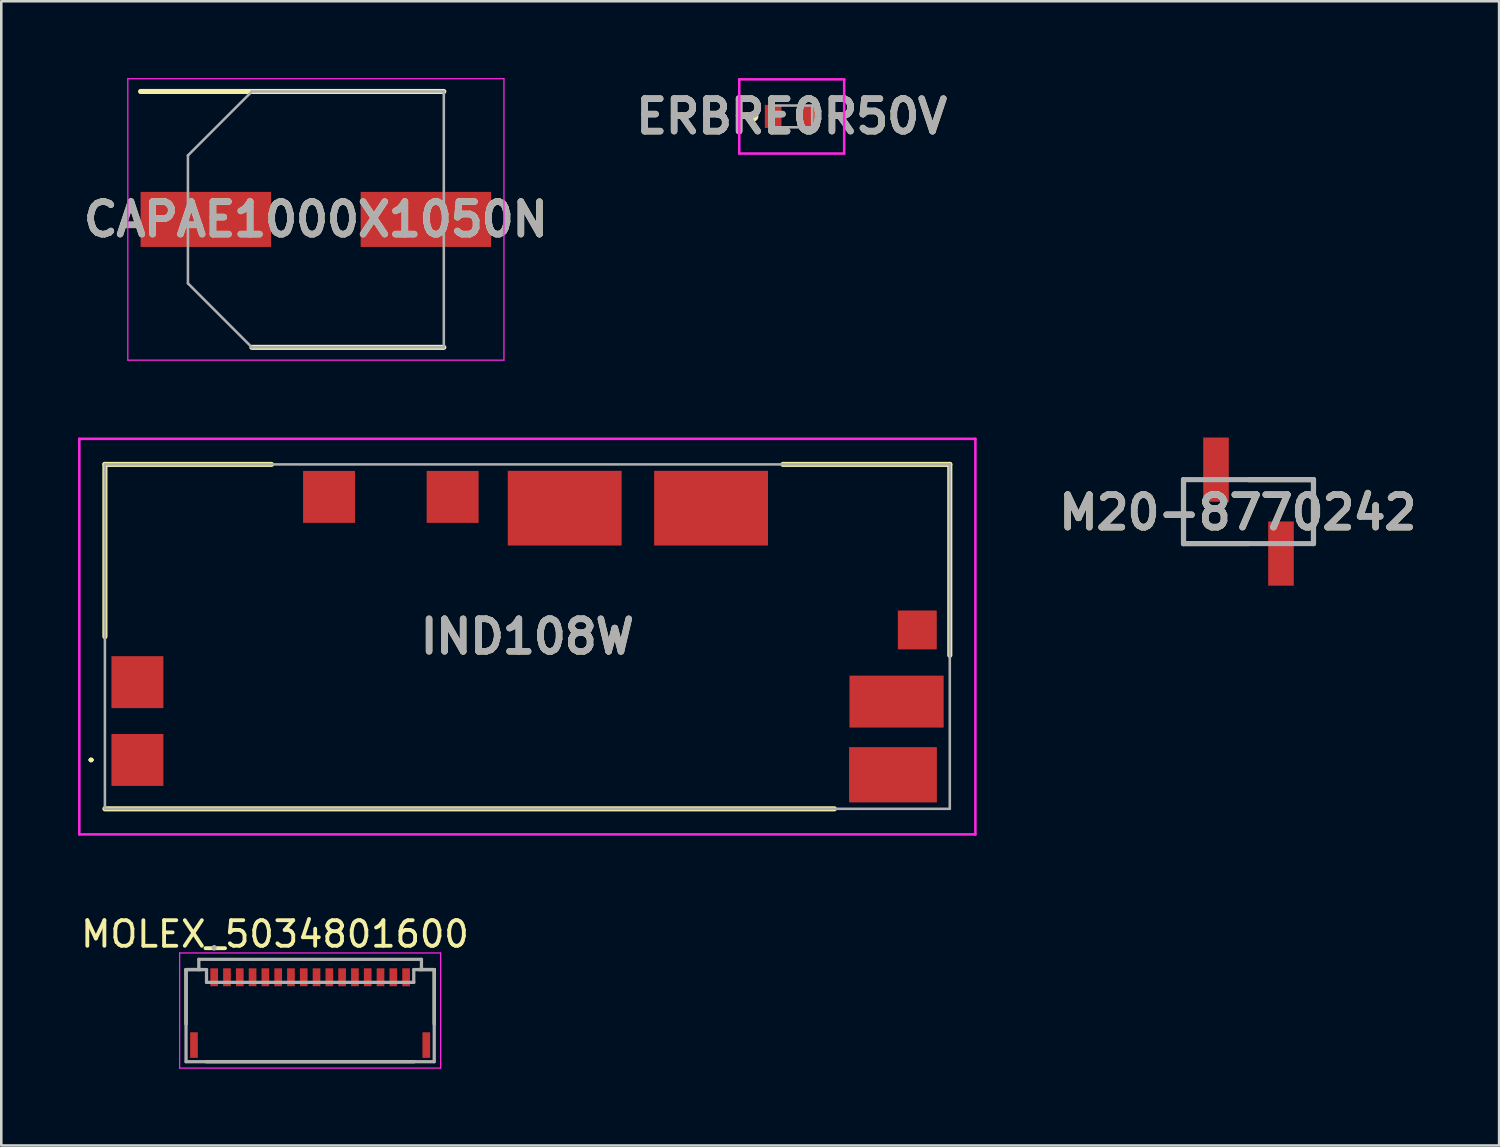
<source format=kicad_pcb>
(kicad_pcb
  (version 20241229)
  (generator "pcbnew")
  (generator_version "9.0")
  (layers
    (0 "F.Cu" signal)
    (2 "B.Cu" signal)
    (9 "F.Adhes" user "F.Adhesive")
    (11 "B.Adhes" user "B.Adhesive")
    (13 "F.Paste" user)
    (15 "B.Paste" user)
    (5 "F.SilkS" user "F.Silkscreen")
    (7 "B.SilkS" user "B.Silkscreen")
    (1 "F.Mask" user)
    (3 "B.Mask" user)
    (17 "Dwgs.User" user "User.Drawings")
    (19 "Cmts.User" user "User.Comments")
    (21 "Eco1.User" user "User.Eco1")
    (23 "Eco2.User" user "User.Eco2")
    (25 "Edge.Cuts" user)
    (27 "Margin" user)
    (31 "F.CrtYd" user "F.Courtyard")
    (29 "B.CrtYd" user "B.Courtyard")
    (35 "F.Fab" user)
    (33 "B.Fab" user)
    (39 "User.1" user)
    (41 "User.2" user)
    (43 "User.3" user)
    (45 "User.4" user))
  (footprint "M20-8770242"
    (layer "F.Cu")
    (at 45.744 16.945)
    (property "Reference" "M20-8770242" (at -0.415 0.032 0) (layer "F.SilkS") (effects (font (size 1.27 1.27) (thickness 0.254))))
    (attr smd)
    (fp_line (start -2.54 -1.25) (end -2.54 1.25) (stroke (width 0.2) (type solid)) (layer "F.SilkS"))
    (fp_line (start -2.54 1.25) (end 0 1.25) (stroke (width 0.2) (type solid)) (layer "F.SilkS"))
    (fp_line (start 2.54 -1.25) (end 0 -1.25) (stroke (width 0.2) (type solid)) (layer "F.SilkS"))
    (fp_line (start 2.54 1.25) (end 2.54 -1.25) (stroke (width 0.2) (type solid)) (layer "F.SilkS"))
    (fp_line (start -2.54 -1.25) (end 2.54 -1.25) (stroke (width 0.2) (type solid)) (layer "F.Fab"))
    (fp_line (start -2.54 1.25) (end -2.54 -1.25) (stroke (width 0.2) (type solid)) (layer "F.Fab"))
    (fp_line (start 2.54 -1.25) (end 2.54 1.25) (stroke (width 0.2) (type solid)) (layer "F.Fab"))
    (fp_line (start 2.54 1.25) (end -2.54 1.25) (stroke (width 0.2) (type solid)) (layer "F.Fab"))
    (fp_text user "${REFERENCE}" (at -0.415 0.032 0) (layer "F.Fab") (effects (font (size 1.27 1.27) (thickness 0.254))))
    (pad "1" smd rect (at -1.27 -1.64) (size 1 2.51) (layers "F.Cu" "F.Mask" "F.Paste"))
    (pad "2" smd rect (at 1.27 1.64) (size 1 2.51) (layers "F.Cu" "F.Mask" "F.Paste")))
  (footprint "MOLEX_5034801600"
    (layer "F.Cu")
    (at 9.071 36.543)
    (property "Reference" "MOLEX_5034801600" (at -1.375 -3.085 0) (layer "F.SilkS") (effects (font (size 1 1) (thickness 0.15))))
    (attr smd)
    (fp_line (start -4.85 -1.7) (end -4.85 0.43) (stroke (width 0.127) (type solid)) (layer "F.SilkS"))
    (fp_line (start -4.22 -1.7) (end -4.85 -1.7) (stroke (width 0.127) (type solid)) (layer "F.SilkS"))
    (fp_line (start -4.07 1.9) (end 4.07 1.9) (stroke (width 0.127) (type solid)) (layer "F.SilkS"))
    (fp_line (start 4.22 -1.7) (end 4.85 -1.7) (stroke (width 0.127) (type solid)) (layer "F.SilkS"))
    (fp_line (start 4.85 -1.7) (end 4.85 0.43) (stroke (width 0.127) (type solid)) (layer "F.SilkS"))
    (fp_circle (center -3.75 -2.55) (end -3.7 -2.55) (stroke (width 0.1) (type solid)) (fill no) (layer "F.SilkS"))
    (fp_line (start -5.1 -2.35) (end 5.1 -2.35) (stroke (width 0.05) (type solid)) (layer "F.CrtYd"))
    (fp_line (start -5.1 2.15) (end -5.1 -2.35) (stroke (width 0.05) (type solid)) (layer "F.CrtYd"))
    (fp_line (start 5.1 -2.35) (end 5.1 2.15) (stroke (width 0.05) (type solid)) (layer "F.CrtYd"))
    (fp_line (start 5.1 2.15) (end -5.1 2.15) (stroke (width 0.05) (type solid)) (layer "F.CrtYd"))
    (fp_line (start -4.85 -1.7) (end -4.35 -1.7) (stroke (width 0.127) (type solid)) (layer "F.Fab"))
    (fp_line (start -4.85 1.9) (end -4.85 -1.7) (stroke (width 0.127) (type solid)) (layer "F.Fab"))
    (fp_line (start -4.35 -2.1) (end -4.35 -1.7) (stroke (width 0.127) (type solid)) (layer "F.Fab"))
    (fp_line (start -4.35 -2.1) (end 4.35 -2.1) (stroke (width 0.127) (type solid)) (layer "F.Fab"))
    (fp_line (start -4.35 -1.7) (end -4.05 -1.7) (stroke (width 0.127) (type solid)) (layer "F.Fab"))
    (fp_line (start -4.05 -1.7) (end -4.05 -1.2) (stroke (width 0.127) (type solid)) (layer "F.Fab"))
    (fp_line (start -4.05 -1.2) (end 4.05 -1.2) (stroke (width 0.127) (type solid)) (layer "F.Fab"))
    (fp_line (start 4.05 -1.7) (end 4.35 -1.7) (stroke (width 0.127) (type solid)) (layer "F.Fab"))
    (fp_line (start 4.05 -1.2) (end 4.05 -1.7) (stroke (width 0.127) (type solid)) (layer "F.Fab"))
    (fp_line (start 4.35 -2.1) (end 4.35 -1.7) (stroke (width 0.127) (type solid)) (layer "F.Fab"))
    (fp_line (start 4.35 -1.7) (end 4.85 -1.7) (stroke (width 0.127) (type solid)) (layer "F.Fab"))
    (fp_line (start 4.85 -1.7) (end 4.85 1.9) (stroke (width 0.127) (type solid)) (layer "F.Fab"))
    (fp_line (start 4.85 1.9) (end -4.85 1.9) (stroke (width 0.127) (type solid)) (layer "F.Fab"))
    (fp_circle (center -3.75 -2.55) (end -3.7 -2.55) (stroke (width 0.1) (type solid)) (fill no) (layer "F.Fab"))
    (pad "1" smd rect (at -3.75 -1.4) (size 0.3 0.7) (layers "F.Cu" "F.Mask" "F.Paste"))
    (pad "2" smd rect (at -3.25 -1.4) (size 0.3 0.7) (layers "F.Cu" "F.Mask" "F.Paste"))
    (pad "3" smd rect (at -2.75 -1.4) (size 0.3 0.7) (layers "F.Cu" "F.Mask" "F.Paste"))
    (pad "4" smd rect (at -2.25 -1.4) (size 0.3 0.7) (layers "F.Cu" "F.Mask" "F.Paste"))
    (pad "5" smd rect (at -1.75 -1.4) (size 0.3 0.7) (layers "F.Cu" "F.Mask" "F.Paste"))
    (pad "6" smd rect (at -1.25 -1.4) (size 0.3 0.7) (layers "F.Cu" "F.Mask" "F.Paste"))
    (pad "7" smd rect (at -0.75 -1.4) (size 0.3 0.7) (layers "F.Cu" "F.Mask" "F.Paste"))
    (pad "8" smd rect (at -0.25 -1.4) (size 0.3 0.7) (layers "F.Cu" "F.Mask" "F.Paste"))
    (pad "9" smd rect (at 0.25 -1.4) (size 0.3 0.7) (layers "F.Cu" "F.Mask" "F.Paste"))
    (pad "10" smd rect (at 0.75 -1.4) (size 0.3 0.7) (layers "F.Cu" "F.Mask" "F.Paste"))
    (pad "11" smd rect (at 1.25 -1.4) (size 0.3 0.7) (layers "F.Cu" "F.Mask" "F.Paste"))
    (pad "12" smd rect (at 1.75 -1.4) (size 0.3 0.7) (layers "F.Cu" "F.Mask" "F.Paste"))
    (pad "13" smd rect (at 2.25 -1.4) (size 0.3 0.7) (layers "F.Cu" "F.Mask" "F.Paste"))
    (pad "14" smd rect (at 2.75 -1.4) (size 0.3 0.7) (layers "F.Cu" "F.Mask" "F.Paste"))
    (pad "15" smd rect (at 3.25 -1.4) (size 0.3 0.7) (layers "F.Cu" "F.Mask" "F.Paste"))
    (pad "16" smd rect (at 3.75 -1.4) (size 0.3 0.7) (layers "F.Cu" "F.Mask" "F.Paste"))
    (pad "S1" smd rect (at -4.54 1.25) (size 0.3 1) (layers "F.Cu" "F.Mask" "F.Paste"))
    (pad "S2" smd rect (at 4.54 1.25) (size 0.3 1) (layers "F.Cu" "F.Mask" "F.Paste")))
  (footprint "ERBRE0R50V"
    (layer "F.Cu")
    (at 27.892 1.5)
    (property "Reference" "ERBRE0R50V" (at 0 0 0) (layer "F.SilkS") (effects (font (size 1.27 1.27) (thickness 0.254))))
    (attr smd)
    (fp_line (start -1.5 -0.1) (end -1.5 -0.1) (stroke (width 0.2) (type solid)) (layer "F.SilkS"))
    (fp_line (start -1.5 0.1) (end -1.5 0.1) (stroke (width 0.2) (type solid)) (layer "F.SilkS"))
    (fp_arc (start -1.5 -0.1) (mid -1.4 0) (end -1.5 0.1) (stroke (width 0.2) (type solid)) (layer "F.SilkS"))
    (fp_arc (start -1.5 0.1) (mid -1.6 0) (end -1.5 -0.1) (stroke (width 0.2) (type solid)) (layer "F.SilkS"))
    (fp_line (start -2.05 -1.45) (end 2.05 -1.45) (stroke (width 0.1) (type solid)) (layer "F.CrtYd"))
    (fp_line (start -2.05 1.45) (end -2.05 -1.45) (stroke (width 0.1) (type solid)) (layer "F.CrtYd"))
    (fp_line (start 2.05 -1.45) (end 2.05 1.45) (stroke (width 0.1) (type solid)) (layer "F.CrtYd"))
    (fp_line (start 2.05 1.45) (end -2.05 1.45) (stroke (width 0.1) (type solid)) (layer "F.CrtYd"))
    (fp_line (start -0.8 -0.425) (end 0.8 -0.425) (stroke (width 0.1) (type solid)) (layer "F.Fab"))
    (fp_line (start -0.8 0.425) (end -0.8 -0.425) (stroke (width 0.1) (type solid)) (layer "F.Fab"))
    (fp_line (start 0.8 -0.425) (end 0.8 0.425) (stroke (width 0.1) (type solid)) (layer "F.Fab"))
    (fp_line (start 0.8 0.425) (end -0.8 0.425) (stroke (width 0.1) (type solid)) (layer "F.Fab"))
    (fp_text user "${REFERENCE}" (at 0 0 0) (layer "F.Fab") (effects (font (size 1.27 1.27) (thickness 0.254))))
    (pad "1" smd rect (at -0.725 0) (size 0.65 0.9) (layers "F.Cu" "F.Mask" "F.Paste"))
    (pad "2" smd rect (at 0.725 0) (size 0.65 0.9) (layers "F.Cu" "F.Mask" "F.Paste")))
  (footprint "CAPAE1000X1050N"
    (layer "F.Cu")
    (at 9.295 5.525)
    (property "Reference" "CAPAE1000X1050N" (at 0 0 0) (layer "F.SilkS") (effects (font (size 1.27 1.27) (thickness 0.254))))
    (attr smd)
    (fp_line (start -6.85 -5) (end 5 -5) (stroke (width 0.2) (type solid)) (layer "F.SilkS"))
    (fp_line (start -2.5 5) (end 5 5) (stroke (width 0.2) (type solid)) (layer "F.SilkS"))
    (fp_line (start -7.35 -5.5) (end 7.35 -5.5) (stroke (width 0.05) (type solid)) (layer "F.CrtYd"))
    (fp_line (start -7.35 5.5) (end -7.35 -5.5) (stroke (width 0.05) (type solid)) (layer "F.CrtYd"))
    (fp_line (start 7.35 -5.5) (end 7.35 5.5) (stroke (width 0.05) (type solid)) (layer "F.CrtYd"))
    (fp_line (start 7.35 5.5) (end -7.35 5.5) (stroke (width 0.05) (type solid)) (layer "F.CrtYd"))
    (fp_line (start -5 -2.5) (end -5 2.5) (stroke (width 0.1) (type solid)) (layer "F.Fab"))
    (fp_line (start -5 2.5) (end -2.5 5) (stroke (width 0.1) (type solid)) (layer "F.Fab"))
    (fp_line (start -2.5 -5) (end -5 -2.5) (stroke (width 0.1) (type solid)) (layer "F.Fab"))
    (fp_line (start -2.5 5) (end 5 5) (stroke (width 0.1) (type solid)) (layer "F.Fab"))
    (fp_line (start 5 -5) (end -2.5 -5) (stroke (width 0.1) (type solid)) (layer "F.Fab"))
    (fp_line (start 5 5) (end 5 -5) (stroke (width 0.1) (type solid)) (layer "F.Fab"))
    (fp_text user "${REFERENCE}" (at 0 0 0) (layer "F.Fab") (effects (font (size 1.27 1.27) (thickness 0.254))))
    (pad "1" smd rect (at -4.3 0 90) (size 2.15 5.1) (layers "F.Cu" "F.Mask" "F.Paste"))
    (pad "2" smd rect (at 4.3 0 90) (size 2.15 5.1) (layers "F.Cu" "F.Mask" "F.Paste")))
  (footprint "IND108W"
    (layer "F.Cu")
    (at 17.56 21.83)
    (property "Reference" "IND108W" (at 0 0 0) (layer "F.SilkS") (effects (font (size 1.27 1.27) (thickness 0.254))))
    (attr smd)
    (fp_line (start -17.1 4.82) (end -17.1 4.82) (stroke (width 0.1) (type solid)) (layer "F.SilkS"))
    (fp_line (start -17 4.82) (end -17 4.82) (stroke (width 0.1) (type solid)) (layer "F.SilkS"))
    (fp_line (start -16.51 -6.73) (end -10 -6.73) (stroke (width 0.2) (type solid)) (layer "F.SilkS"))
    (fp_line (start -16.51 0) (end -16.51 -6.73) (stroke (width 0.2) (type solid)) (layer "F.SilkS"))
    (fp_line (start -16.51 6.73) (end 12 6.73) (stroke (width 0.2) (type solid)) (layer "F.SilkS"))
    (fp_line (start 16.51 -6.73) (end 9.99 -6.73) (stroke (width 0.2) (type solid)) (layer "F.SilkS"))
    (fp_line (start 16.51 0.73) (end 16.51 -6.73) (stroke (width 0.2) (type solid)) (layer "F.SilkS"))
    (fp_arc (start -17.1 4.82) (mid -17.05 4.77) (end -17 4.82) (stroke (width 0.1) (type solid)) (layer "F.SilkS"))
    (fp_arc (start -17 4.82) (mid -17.05 4.87) (end -17.1 4.82) (stroke (width 0.1) (type solid)) (layer "F.SilkS"))
    (fp_line (start -17.51 -7.73) (end 17.51 -7.73) (stroke (width 0.1) (type solid)) (layer "F.CrtYd"))
    (fp_line (start -17.51 7.73) (end -17.51 -7.73) (stroke (width 0.1) (type solid)) (layer "F.CrtYd"))
    (fp_line (start 17.51 -7.73) (end 17.51 7.73) (stroke (width 0.1) (type solid)) (layer "F.CrtYd"))
    (fp_line (start 17.51 7.73) (end -17.51 7.73) (stroke (width 0.1) (type solid)) (layer "F.CrtYd"))
    (fp_line (start -16.51 -6.73) (end 16.51 -6.73) (stroke (width 0.1) (type solid)) (layer "F.Fab"))
    (fp_line (start -16.51 6.73) (end -16.51 -6.73) (stroke (width 0.1) (type solid)) (layer "F.Fab"))
    (fp_line (start 16.51 -6.73) (end 16.51 6.73) (stroke (width 0.1) (type solid)) (layer "F.Fab"))
    (fp_line (start 16.51 6.73) (end -16.51 6.73) (stroke (width 0.1) (type solid)) (layer "F.Fab"))
    (fp_text user "${REFERENCE}" (at 0 0 0) (layer "F.Fab") (effects (font (size 1.27 1.27) (thickness 0.254))))
    (pad "1" smd rect (at -15.24 4.82 90) (size 2.03 2.03) (layers "F.Cu" "F.Mask" "F.Paste"))
    (pad "2" smd rect (at -15.24 1.78 90) (size 2.03 2.03) (layers "F.Cu" "F.Mask" "F.Paste"))
    (pad "3" smd rect (at -7.75 -5.46 90) (size 2.03 2.03) (layers "F.Cu" "F.Mask" "F.Paste"))
    (pad "4" smd rect (at -2.92 -5.46 90) (size 2.03 2.03) (layers "F.Cu" "F.Mask" "F.Paste"))
    (pad "5" smd rect (at 1.46 -5.02 90) (size 2.92 4.45) (layers "F.Cu" "F.Mask" "F.Paste"))
    (pad "6" smd rect (at 7.18 -5.02 90) (size 2.92 4.45) (layers "F.Cu" "F.Mask" "F.Paste"))
    (pad "7" smd rect (at 15.24 -0.26 90) (size 1.52 1.52) (layers "F.Cu" "F.Mask" "F.Paste"))
    (pad "8" smd rect (at 14.43 2.54 90) (size 2.03 3.68) (layers "F.Cu" "F.Mask" "F.Paste"))
    (pad "9" smd rect (at 14.29 5.4 90) (size 2.16 3.43) (layers "F.Cu" "F.Mask" "F.Paste")))
  (gr_rect
    (start -3 -3)
    (end 55.538 41.718)
    (stroke (width 0.1) (type default))
    (fill no)
    (layer "Edge.Cuts")))
</source>
